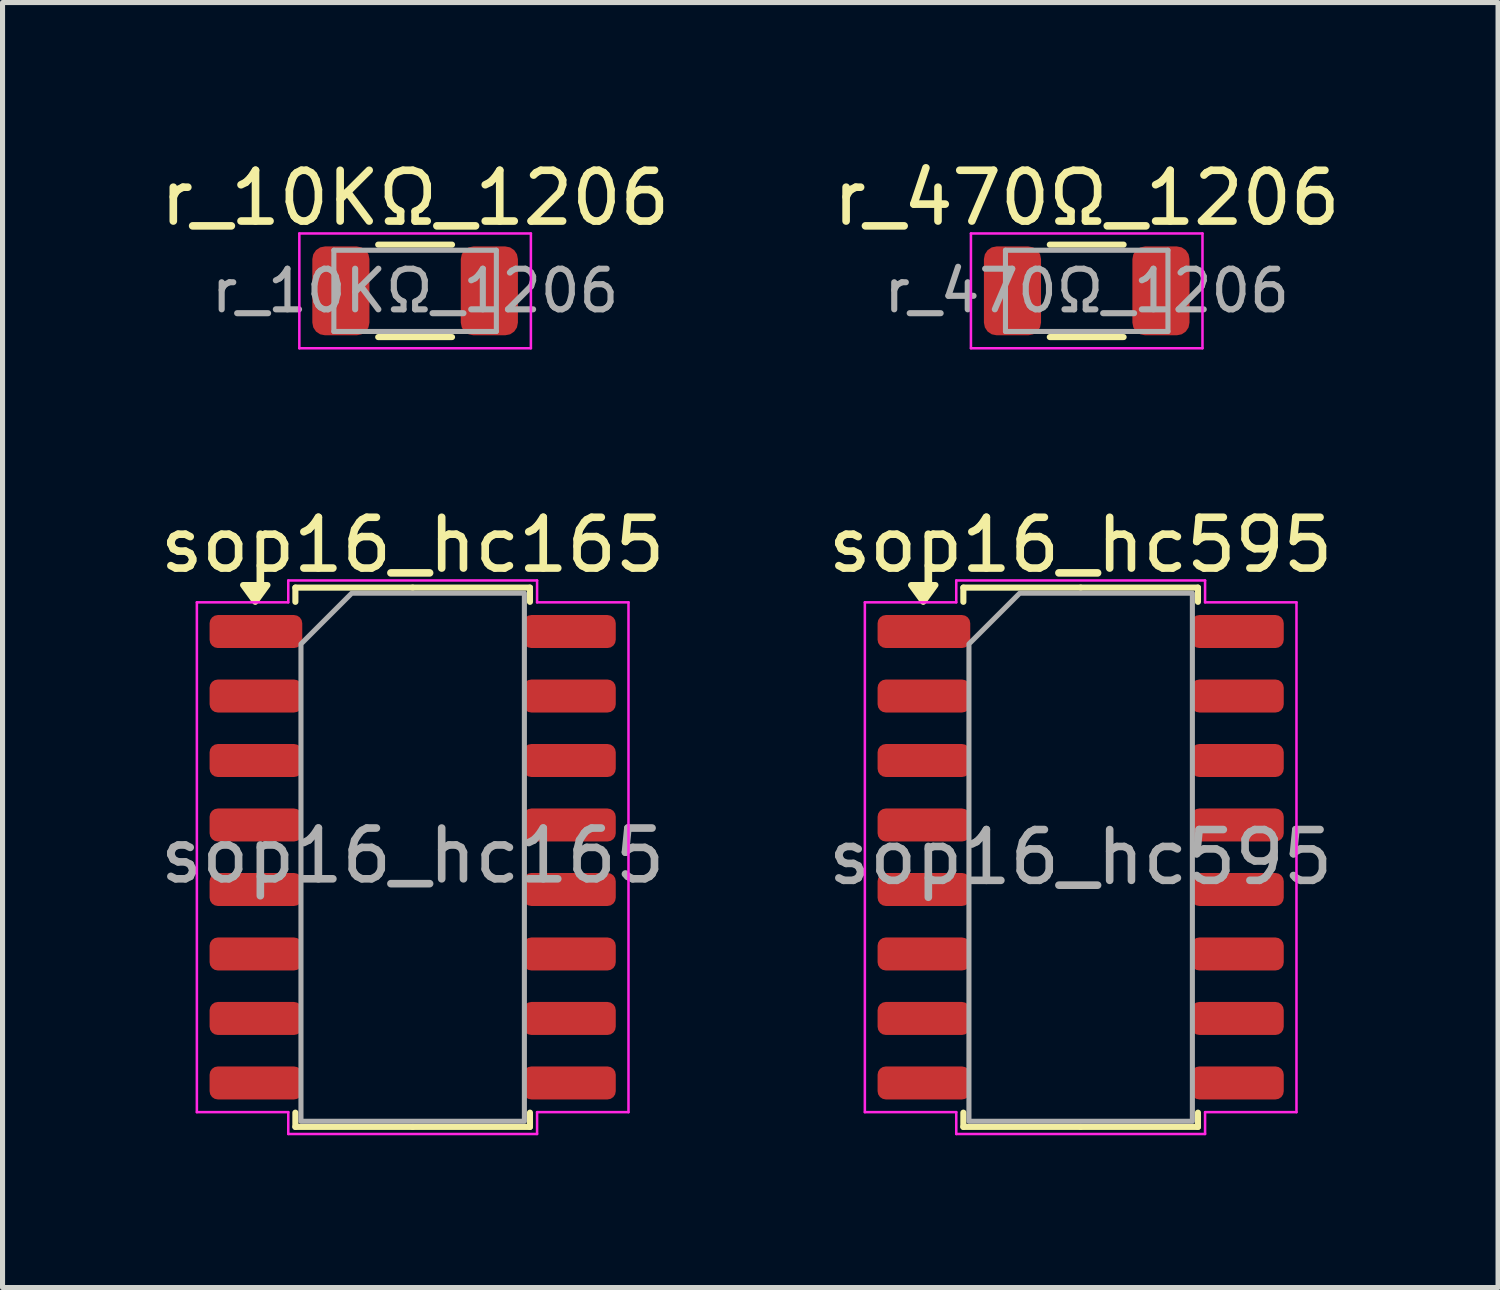
<source format=kicad_pcb>
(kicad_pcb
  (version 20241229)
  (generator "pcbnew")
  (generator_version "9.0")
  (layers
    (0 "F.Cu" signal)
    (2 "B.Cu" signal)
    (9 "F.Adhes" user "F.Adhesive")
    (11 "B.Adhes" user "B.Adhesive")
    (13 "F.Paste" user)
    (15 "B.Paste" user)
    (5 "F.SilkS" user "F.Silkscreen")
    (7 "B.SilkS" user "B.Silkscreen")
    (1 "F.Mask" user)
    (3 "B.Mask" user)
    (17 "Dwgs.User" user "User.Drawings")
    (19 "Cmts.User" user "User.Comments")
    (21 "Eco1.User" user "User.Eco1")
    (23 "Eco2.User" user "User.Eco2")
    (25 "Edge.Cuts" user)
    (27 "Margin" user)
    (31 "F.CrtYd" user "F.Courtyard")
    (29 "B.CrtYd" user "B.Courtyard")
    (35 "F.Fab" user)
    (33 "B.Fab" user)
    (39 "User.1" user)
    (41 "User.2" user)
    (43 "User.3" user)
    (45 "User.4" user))
  (footprint "sop16_hc165"
    (layer "F.Cu")
    (at 5.077 13.832)
    (property "Reference" "sop16_hc165" (at 0 -6.15 0) (layer "F.SilkS") (effects (font (size 1 1) (thickness 0.15))))
    (attr smd)
    (fp_line (start -2.31 -5.31) (end -2.31 -5.03) (stroke (width 0.12) (type solid)) (layer "F.SilkS"))
    (fp_line (start -2.31 5.31) (end -2.31 5.03) (stroke (width 0.12) (type solid)) (layer "F.SilkS"))
    (fp_line (start 0 -5.31) (end -2.31 -5.31) (stroke (width 0.12) (type solid)) (layer "F.SilkS"))
    (fp_line (start 0 -5.31) (end 2.31 -5.31) (stroke (width 0.12) (type solid)) (layer "F.SilkS"))
    (fp_line (start 0 5.31) (end -2.31 5.31) (stroke (width 0.12) (type solid)) (layer "F.SilkS"))
    (fp_line (start 0 5.31) (end 2.31 5.31) (stroke (width 0.12) (type solid)) (layer "F.SilkS"))
    (fp_line (start 2.31 -5.31) (end 2.31 -5.03) (stroke (width 0.12) (type solid)) (layer "F.SilkS"))
    (fp_line (start 2.31 5.31) (end 2.31 5.03) (stroke (width 0.12) (type solid)) (layer "F.SilkS"))
    (fp_poly (pts (xy -3.1 -5.03) (xy -3.34 -5.36) (xy -2.86 -5.36)) (stroke (width 0.12) (type solid)) (fill yes) (layer "F.SilkS"))
    (fp_line (start -4.25 -5.02) (end -2.45 -5.02) (stroke (width 0.05) (type solid)) (layer "F.CrtYd"))
    (fp_line (start -4.25 5.02) (end -4.25 -5.02) (stroke (width 0.05) (type solid)) (layer "F.CrtYd"))
    (fp_line (start -2.45 -5.45) (end 2.45 -5.45) (stroke (width 0.05) (type solid)) (layer "F.CrtYd"))
    (fp_line (start -2.45 -5.02) (end -2.45 -5.45) (stroke (width 0.05) (type solid)) (layer "F.CrtYd"))
    (fp_line (start -2.45 5.02) (end -4.25 5.02) (stroke (width 0.05) (type solid)) (layer "F.CrtYd"))
    (fp_line (start -2.45 5.45) (end -2.45 5.02) (stroke (width 0.05) (type solid)) (layer "F.CrtYd"))
    (fp_line (start 2.45 -5.45) (end 2.45 -5.02) (stroke (width 0.05) (type solid)) (layer "F.CrtYd"))
    (fp_line (start 2.45 -5.02) (end 4.25 -5.02) (stroke (width 0.05) (type solid)) (layer "F.CrtYd"))
    (fp_line (start 2.45 5.02) (end 2.45 5.45) (stroke (width 0.05) (type solid)) (layer "F.CrtYd"))
    (fp_line (start 2.45 5.45) (end -2.45 5.45) (stroke (width 0.05) (type solid)) (layer "F.CrtYd"))
    (fp_line (start 4.25 -5.02) (end 4.25 5.02) (stroke (width 0.05) (type solid)) (layer "F.CrtYd"))
    (fp_line (start 4.25 5.02) (end 2.45 5.02) (stroke (width 0.05) (type solid)) (layer "F.CrtYd"))
    (fp_poly (pts (xy -2.2 -4.2) (xy -2.2 5.2) (xy 2.2 5.2) (xy 2.2 -5.2) (xy -1.2 -5.2)) (stroke (width 0.1) (type solid)) (fill no) (layer "F.Fab"))
    (fp_text user "${REFERENCE}" (at 0 -0.03 0) (layer "F.Fab") (effects (font (size 1 1) (thickness 0.15))))
    (pad "1" smd roundrect (at -3.087 -4.445) (size 1.825 0.65) (layers "F.Cu" "F.Mask" "F.Paste") (roundrect_rratio 0.25))
    (pad "2" smd roundrect (at -3.087 -3.175) (size 1.825 0.65) (layers "F.Cu" "F.Mask" "F.Paste") (roundrect_rratio 0.25))
    (pad "3" smd roundrect (at -3.087 -1.905) (size 1.825 0.65) (layers "F.Cu" "F.Mask" "F.Paste") (roundrect_rratio 0.25))
    (pad "4" smd roundrect (at -3.087 -0.635) (size 1.825 0.65) (layers "F.Cu" "F.Mask" "F.Paste") (roundrect_rratio 0.25))
    (pad "5" smd roundrect (at -3.087 0.635) (size 1.825 0.65) (layers "F.Cu" "F.Mask" "F.Paste") (roundrect_rratio 0.25))
    (pad "6" smd roundrect (at -3.087 1.905) (size 1.825 0.65) (layers "F.Cu" "F.Mask" "F.Paste") (roundrect_rratio 0.25))
    (pad "7" smd roundrect (at -3.087 3.175) (size 1.825 0.65) (layers "F.Cu" "F.Mask" "F.Paste") (roundrect_rratio 0.25))
    (pad "8" smd roundrect (at -3.087 4.445) (size 1.825 0.65) (layers "F.Cu" "F.Mask" "F.Paste") (roundrect_rratio 0.25))
    (pad "9" smd roundrect (at 3.087 4.445) (size 1.825 0.65) (layers "F.Cu" "F.Mask" "F.Paste") (roundrect_rratio 0.25))
    (pad "10" smd roundrect (at 3.087 3.175) (size 1.825 0.65) (layers "F.Cu" "F.Mask" "F.Paste") (roundrect_rratio 0.25))
    (pad "11" smd roundrect (at 3.087 1.905) (size 1.825 0.65) (layers "F.Cu" "F.Mask" "F.Paste") (roundrect_rratio 0.25))
    (pad "12" smd roundrect (at 3.087 0.635) (size 1.825 0.65) (layers "F.Cu" "F.Mask" "F.Paste") (roundrect_rratio 0.25))
    (pad "13" smd roundrect (at 3.087 -0.635) (size 1.825 0.65) (layers "F.Cu" "F.Mask" "F.Paste") (roundrect_rratio 0.25))
    (pad "14" smd roundrect (at 3.087 -1.905) (size 1.825 0.65) (layers "F.Cu" "F.Mask" "F.Paste") (roundrect_rratio 0.25))
    (pad "15" smd roundrect (at 3.087 -3.175) (size 1.825 0.65) (layers "F.Cu" "F.Mask" "F.Paste") (roundrect_rratio 0.25))
    (pad "16" smd roundrect (at 3.087 -4.445) (size 1.825 0.65) (layers "F.Cu" "F.Mask" "F.Paste") (roundrect_rratio 0.25)))
  (footprint "r_10KΩ_1206"
    (layer "F.Cu")
    (at 5.125 2.678)
    (property "Reference" "r_10KΩ_1206" (at 0 -1.83 0) (layer "F.SilkS") (effects (font (size 1 1) (thickness 0.15))))
    (attr smd)
    (fp_line (start -0.727 -0.91) (end 0.727 -0.91) (stroke (width 0.12) (type solid)) (layer "F.SilkS"))
    (fp_line (start -0.727 0.91) (end 0.727 0.91) (stroke (width 0.12) (type solid)) (layer "F.SilkS"))
    (fp_line (start -2.28 -1.13) (end 2.28 -1.13) (stroke (width 0.05) (type solid)) (layer "F.CrtYd"))
    (fp_line (start -2.28 1.13) (end -2.28 -1.13) (stroke (width 0.05) (type solid)) (layer "F.CrtYd"))
    (fp_line (start 2.28 -1.13) (end 2.28 1.13) (stroke (width 0.05) (type solid)) (layer "F.CrtYd"))
    (fp_line (start 2.28 1.13) (end -2.28 1.13) (stroke (width 0.05) (type solid)) (layer "F.CrtYd"))
    (fp_line (start -1.6 -0.8) (end 1.6 -0.8) (stroke (width 0.1) (type solid)) (layer "F.Fab"))
    (fp_line (start -1.6 0.8) (end -1.6 -0.8) (stroke (width 0.1) (type solid)) (layer "F.Fab"))
    (fp_line (start 1.6 -0.8) (end 1.6 0.8) (stroke (width 0.1) (type solid)) (layer "F.Fab"))
    (fp_line (start 1.6 0.8) (end -1.6 0.8) (stroke (width 0.1) (type solid)) (layer "F.Fab"))
    (fp_text user "${REFERENCE}" (at 0 0 0) (layer "F.Fab") (effects (font (size 0.8 0.8) (thickness 0.12))))
    (pad "1" smd roundrect (at -1.462 0) (size 1.125 1.75) (layers "F.Cu" "F.Mask" "F.Paste") (roundrect_rratio 0.222))
    (pad "2" smd roundrect (at 1.462 0) (size 1.125 1.75) (layers "F.Cu" "F.Mask" "F.Paste") (roundrect_rratio 0.222)))
  (footprint "r_470Ω_1206"
    (layer "F.Cu")
    (at 18.351 2.678)
    (property "Reference" "r_470Ω_1206" (at 0 -1.83 0) (layer "F.SilkS") (effects (font (size 1 1) (thickness 0.15))))
    (attr smd)
    (fp_line (start -0.727 -0.91) (end 0.727 -0.91) (stroke (width 0.12) (type solid)) (layer "F.SilkS"))
    (fp_line (start -0.727 0.91) (end 0.727 0.91) (stroke (width 0.12) (type solid)) (layer "F.SilkS"))
    (fp_line (start -2.28 -1.13) (end 2.28 -1.13) (stroke (width 0.05) (type solid)) (layer "F.CrtYd"))
    (fp_line (start -2.28 1.13) (end -2.28 -1.13) (stroke (width 0.05) (type solid)) (layer "F.CrtYd"))
    (fp_line (start 2.28 -1.13) (end 2.28 1.13) (stroke (width 0.05) (type solid)) (layer "F.CrtYd"))
    (fp_line (start 2.28 1.13) (end -2.28 1.13) (stroke (width 0.05) (type solid)) (layer "F.CrtYd"))
    (fp_line (start -1.6 -0.8) (end 1.6 -0.8) (stroke (width 0.1) (type solid)) (layer "F.Fab"))
    (fp_line (start -1.6 0.8) (end -1.6 -0.8) (stroke (width 0.1) (type solid)) (layer "F.Fab"))
    (fp_line (start 1.6 -0.8) (end 1.6 0.8) (stroke (width 0.1) (type solid)) (layer "F.Fab"))
    (fp_line (start 1.6 0.8) (end -1.6 0.8) (stroke (width 0.1) (type solid)) (layer "F.Fab"))
    (fp_text user "${REFERENCE}" (at 0 0 0) (layer "F.Fab") (effects (font (size 0.8 0.8) (thickness 0.12))))
    (pad "1" smd roundrect (at -1.462 0) (size 1.125 1.75) (layers "F.Cu" "F.Mask" "F.Paste") (roundrect_rratio 0.222))
    (pad "2" smd roundrect (at 1.462 0) (size 1.125 1.75) (layers "F.Cu" "F.Mask" "F.Paste") (roundrect_rratio 0.222)))
  (footprint "sop16_hc595"
    (layer "F.Cu")
    (at 18.232 13.832)
    (property "Reference" "sop16_hc595" (at 0 -6.15 0) (layer "F.SilkS") (effects (font (size 1 1) (thickness 0.15))))
    (attr smd)
    (fp_line (start -2.31 -5.31) (end -2.31 -5.03) (stroke (width 0.12) (type solid)) (layer "F.SilkS"))
    (fp_line (start -2.31 5.31) (end -2.31 5.03) (stroke (width 0.12) (type solid)) (layer "F.SilkS"))
    (fp_line (start 0 -5.31) (end -2.31 -5.31) (stroke (width 0.12) (type solid)) (layer "F.SilkS"))
    (fp_line (start 0 -5.31) (end 2.31 -5.31) (stroke (width 0.12) (type solid)) (layer "F.SilkS"))
    (fp_line (start 0 5.31) (end -2.31 5.31) (stroke (width 0.12) (type solid)) (layer "F.SilkS"))
    (fp_line (start 0 5.31) (end 2.31 5.31) (stroke (width 0.12) (type solid)) (layer "F.SilkS"))
    (fp_line (start 2.31 -5.31) (end 2.31 -5.03) (stroke (width 0.12) (type solid)) (layer "F.SilkS"))
    (fp_line (start 2.31 5.31) (end 2.31 5.03) (stroke (width 0.12) (type solid)) (layer "F.SilkS"))
    (fp_poly (pts (xy -3.1 -5.03) (xy -3.34 -5.36) (xy -2.86 -5.36)) (stroke (width 0.12) (type solid)) (fill yes) (layer "F.SilkS"))
    (fp_line (start -4.25 -5.02) (end -2.45 -5.02) (stroke (width 0.05) (type solid)) (layer "F.CrtYd"))
    (fp_line (start -4.25 5.02) (end -4.25 -5.02) (stroke (width 0.05) (type solid)) (layer "F.CrtYd"))
    (fp_line (start -2.45 -5.45) (end 2.45 -5.45) (stroke (width 0.05) (type solid)) (layer "F.CrtYd"))
    (fp_line (start -2.45 -5.02) (end -2.45 -5.45) (stroke (width 0.05) (type solid)) (layer "F.CrtYd"))
    (fp_line (start -2.45 5.02) (end -4.25 5.02) (stroke (width 0.05) (type solid)) (layer "F.CrtYd"))
    (fp_line (start -2.45 5.45) (end -2.45 5.02) (stroke (width 0.05) (type solid)) (layer "F.CrtYd"))
    (fp_line (start 2.45 -5.45) (end 2.45 -5.02) (stroke (width 0.05) (type solid)) (layer "F.CrtYd"))
    (fp_line (start 2.45 -5.02) (end 4.25 -5.02) (stroke (width 0.05) (type solid)) (layer "F.CrtYd"))
    (fp_line (start 2.45 5.02) (end 2.45 5.45) (stroke (width 0.05) (type solid)) (layer "F.CrtYd"))
    (fp_line (start 2.45 5.45) (end -2.45 5.45) (stroke (width 0.05) (type solid)) (layer "F.CrtYd"))
    (fp_line (start 4.25 -5.02) (end 4.25 5.02) (stroke (width 0.05) (type solid)) (layer "F.CrtYd"))
    (fp_line (start 4.25 5.02) (end 2.45 5.02) (stroke (width 0.05) (type solid)) (layer "F.CrtYd"))
    (fp_poly (pts (xy -2.2 -4.2) (xy -2.2 5.2) (xy 2.2 5.2) (xy 2.2 -5.2) (xy -1.2 -5.2)) (stroke (width 0.1) (type solid)) (fill no) (layer "F.Fab"))
    (fp_text user "${REFERENCE}" (at 0 0 0) (layer "F.Fab") (effects (font (size 1 1) (thickness 0.15))))
    (pad "1" smd roundrect (at -3.087 -4.445) (size 1.825 0.65) (layers "F.Cu" "F.Mask" "F.Paste") (roundrect_rratio 0.25))
    (pad "2" smd roundrect (at -3.087 -3.175) (size 1.825 0.65) (layers "F.Cu" "F.Mask" "F.Paste") (roundrect_rratio 0.25))
    (pad "3" smd roundrect (at -3.087 -1.905) (size 1.825 0.65) (layers "F.Cu" "F.Mask" "F.Paste") (roundrect_rratio 0.25))
    (pad "4" smd roundrect (at -3.087 -0.635) (size 1.825 0.65) (layers "F.Cu" "F.Mask" "F.Paste") (roundrect_rratio 0.25))
    (pad "5" smd roundrect (at -3.087 0.635) (size 1.825 0.65) (layers "F.Cu" "F.Mask" "F.Paste") (roundrect_rratio 0.25))
    (pad "6" smd roundrect (at -3.087 1.905) (size 1.825 0.65) (layers "F.Cu" "F.Mask" "F.Paste") (roundrect_rratio 0.25))
    (pad "7" smd roundrect (at -3.087 3.175) (size 1.825 0.65) (layers "F.Cu" "F.Mask" "F.Paste") (roundrect_rratio 0.25))
    (pad "8" smd roundrect (at -3.087 4.445) (size 1.825 0.65) (layers "F.Cu" "F.Mask" "F.Paste") (roundrect_rratio 0.25))
    (pad "9" smd roundrect (at 3.087 4.445) (size 1.825 0.65) (layers "F.Cu" "F.Mask" "F.Paste") (roundrect_rratio 0.25))
    (pad "10" smd roundrect (at 3.087 3.175) (size 1.825 0.65) (layers "F.Cu" "F.Mask" "F.Paste") (roundrect_rratio 0.25))
    (pad "11" smd roundrect (at 3.087 1.905) (size 1.825 0.65) (layers "F.Cu" "F.Mask" "F.Paste") (roundrect_rratio 0.25))
    (pad "12" smd roundrect (at 3.087 0.635) (size 1.825 0.65) (layers "F.Cu" "F.Mask" "F.Paste") (roundrect_rratio 0.25))
    (pad "13" smd roundrect (at 3.087 -0.635) (size 1.825 0.65) (layers "F.Cu" "F.Mask" "F.Paste") (roundrect_rratio 0.25))
    (pad "14" smd roundrect (at 3.087 -1.905) (size 1.825 0.65) (layers "F.Cu" "F.Mask" "F.Paste") (roundrect_rratio 0.25))
    (pad "15" smd roundrect (at 3.087 -3.175) (size 1.825 0.65) (layers "F.Cu" "F.Mask" "F.Paste") (roundrect_rratio 0.25))
    (pad "16" smd roundrect (at 3.087 -4.445) (size 1.825 0.65) (layers "F.Cu" "F.Mask" "F.Paste") (roundrect_rratio 0.25)))
  (gr_rect
    (start -3 -3)
    (end 26.452 22.306)
    (stroke (width 0.1) (type default))
    (fill no)
    (layer "Edge.Cuts")))
</source>
